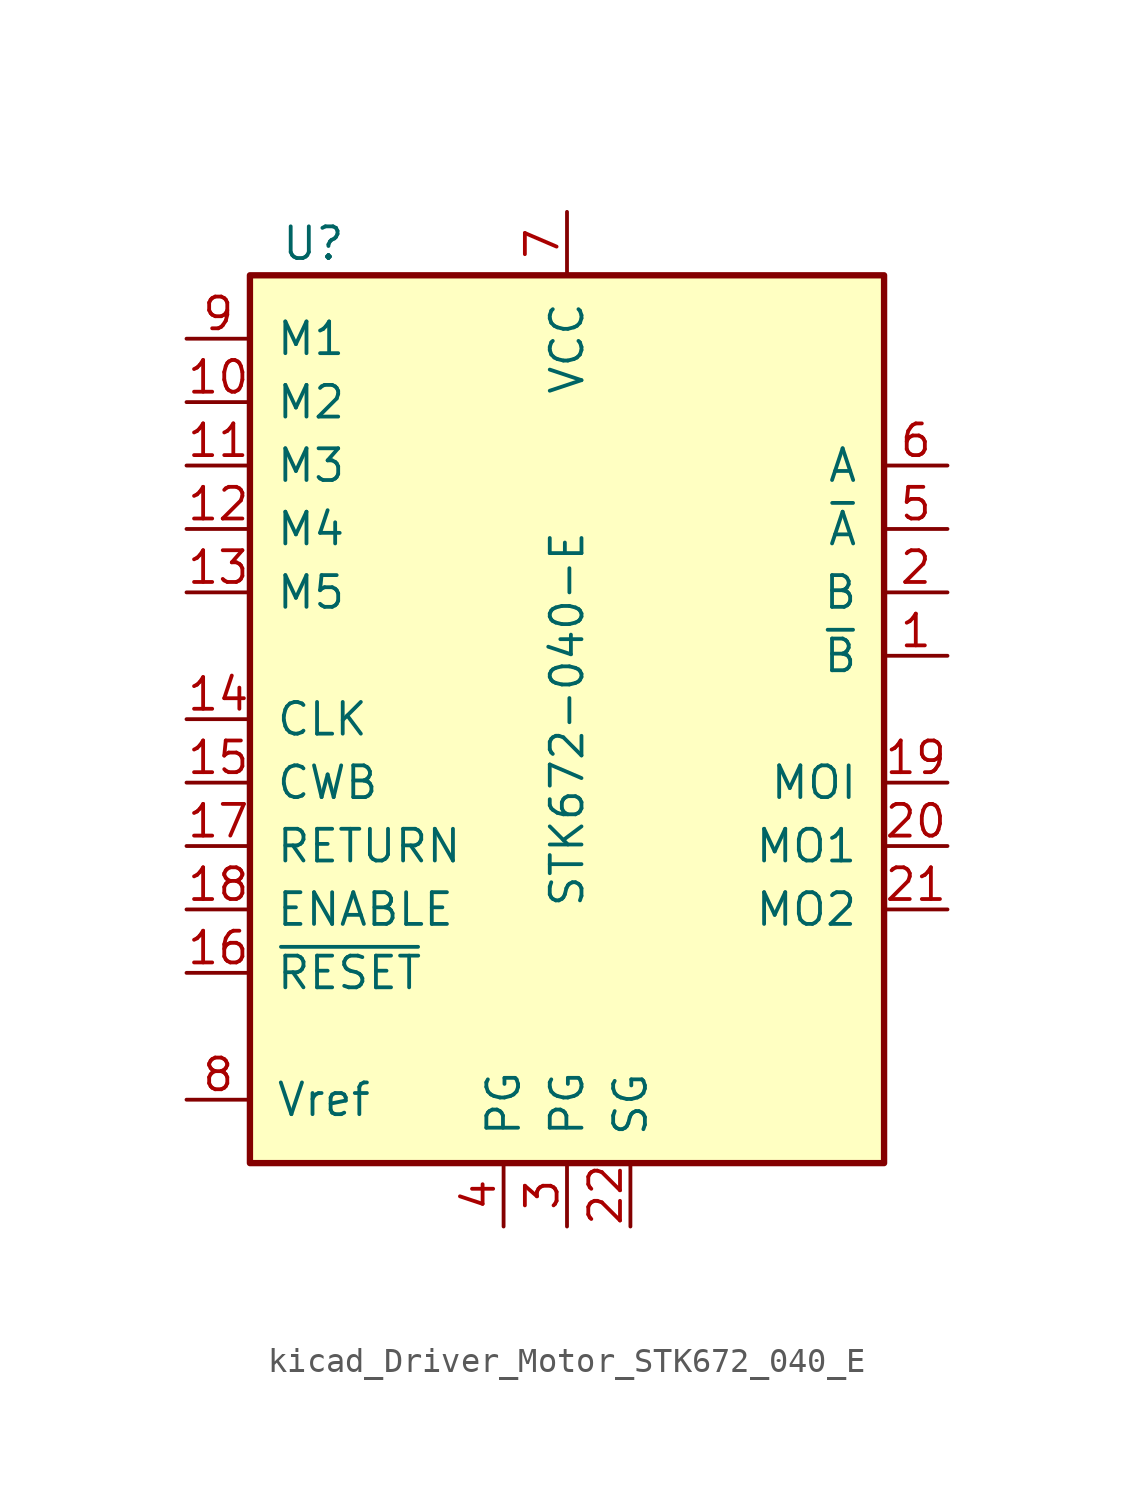
<source format=kicad_sym>
(kicad_symbol_lib
  (version 20220914)
  (generator kicad_symbol_editor)
  (symbol "kicad_Driver_Motor_STK672_040_E"
    (pin_names
      (offset 1.016))
    (property "Reference" "U"
      (at -10.16 19.05 0)
      (effects (font (size 1.27 1.27))))
    (property "Value" "STK672-040-E"
      (at 0 0 90)
      (effects (font (size 1.27 1.27))))
    (symbol "kicad_Driver_Motor_STK672_040_E_0_1"
      (rectangle (start -12.7 17.78) (end 12.7 -17.78) (stroke (width 0.254) (type default)) (fill (type background))))
    (symbol "kicad_Driver_Motor_STK672_040_E_1_1"
      (pin output line (at 15.24 2.54 180) (length 2.54) (name "~{B}" (effects (font (size 1.27 1.27)))) (number "1" (effects (font (size 1.27 1.27)))))
      (pin input line (at -15.24 12.7 0) (length 2.54) (name "M2" (effects (font (size 1.27 1.27)))) (number "10" (effects (font (size 1.27 1.27)))))
      (pin input line (at -15.24 10.16 0) (length 2.54) (name "M3" (effects (font (size 1.27 1.27)))) (number "11" (effects (font (size 1.27 1.27)))))
      (pin input line (at -15.24 7.62 0) (length 2.54) (name "M4" (effects (font (size 1.27 1.27)))) (number "12" (effects (font (size 1.27 1.27)))))
      (pin input line (at -15.24 5.08 0) (length 2.54) (name "M5" (effects (font (size 1.27 1.27)))) (number "13" (effects (font (size 1.27 1.27)))))
      (pin input line (at -15.24 0 0) (length 2.54) (name "CLK" (effects (font (size 1.27 1.27)))) (number "14" (effects (font (size 1.27 1.27)))))
      (pin input line (at -15.24 -2.54 0) (length 2.54) (name "CWB" (effects (font (size 1.27 1.27)))) (number "15" (effects (font (size 1.27 1.27)))))
      (pin input line (at -15.24 -10.16 0) (length 2.54) (name "~{RESET}" (effects (font (size 1.27 1.27)))) (number "16" (effects (font (size 1.27 1.27)))))
      (pin input line (at -15.24 -5.08 0) (length 2.54) (name "RETURN" (effects (font (size 1.27 1.27)))) (number "17" (effects (font (size 1.27 1.27)))))
      (pin input line (at -15.24 -7.62 0) (length 2.54) (name "ENABLE" (effects (font (size 1.27 1.27)))) (number "18" (effects (font (size 1.27 1.27)))))
      (pin output line (at 15.24 -2.54 180) (length 2.54) (name "MOI" (effects (font (size 1.27 1.27)))) (number "19" (effects (font (size 1.27 1.27)))))
      (pin output line (at 15.24 5.08 180) (length 2.54) (name "B" (effects (font (size 1.27 1.27)))) (number "2" (effects (font (size 1.27 1.27)))))
      (pin output line (at 15.24 -5.08 180) (length 2.54) (name "MO1" (effects (font (size 1.27 1.27)))) (number "20" (effects (font (size 1.27 1.27)))))
      (pin output line (at 15.24 -7.62 180) (length 2.54) (name "MO2" (effects (font (size 1.27 1.27)))) (number "21" (effects (font (size 1.27 1.27)))))
      (pin power_in line (at 2.54 -20.32 90) (length 2.54) (name "SG" (effects (font (size 1.27 1.27)))) (number "22" (effects (font (size 1.27 1.27)))))
      (pin power_in line (at 0 -20.32 90) (length 2.54) (name "PG" (effects (font (size 1.27 1.27)))) (number "3" (effects (font (size 1.27 1.27)))))
      (pin power_in line (at -2.54 -20.32 90) (length 2.54) (name "PG" (effects (font (size 1.27 1.27)))) (number "4" (effects (font (size 1.27 1.27)))))
      (pin output line (at 15.24 7.62 180) (length 2.54) (name "~{A}" (effects (font (size 1.27 1.27)))) (number "5" (effects (font (size 1.27 1.27)))))
      (pin output line (at 15.24 10.16 180) (length 2.54) (name "A" (effects (font (size 1.27 1.27)))) (number "6" (effects (font (size 1.27 1.27)))))
      (pin power_in line (at 0 20.32 270) (length 2.54) (name "VCC" (effects (font (size 1.27 1.27)))) (number "7" (effects (font (size 1.27 1.27)))))
      (pin input line (at -15.24 -15.24 0) (length 2.54) (name "Vref" (effects (font (size 1.27 1.27)))) (number "8" (effects (font (size 1.27 1.27)))))
      (pin input line (at -15.24 15.24 0) (length 2.54) (name "M1" (effects (font (size 1.27 1.27)))) (number "9" (effects (font (size 1.27 1.27))))))))
</source>
